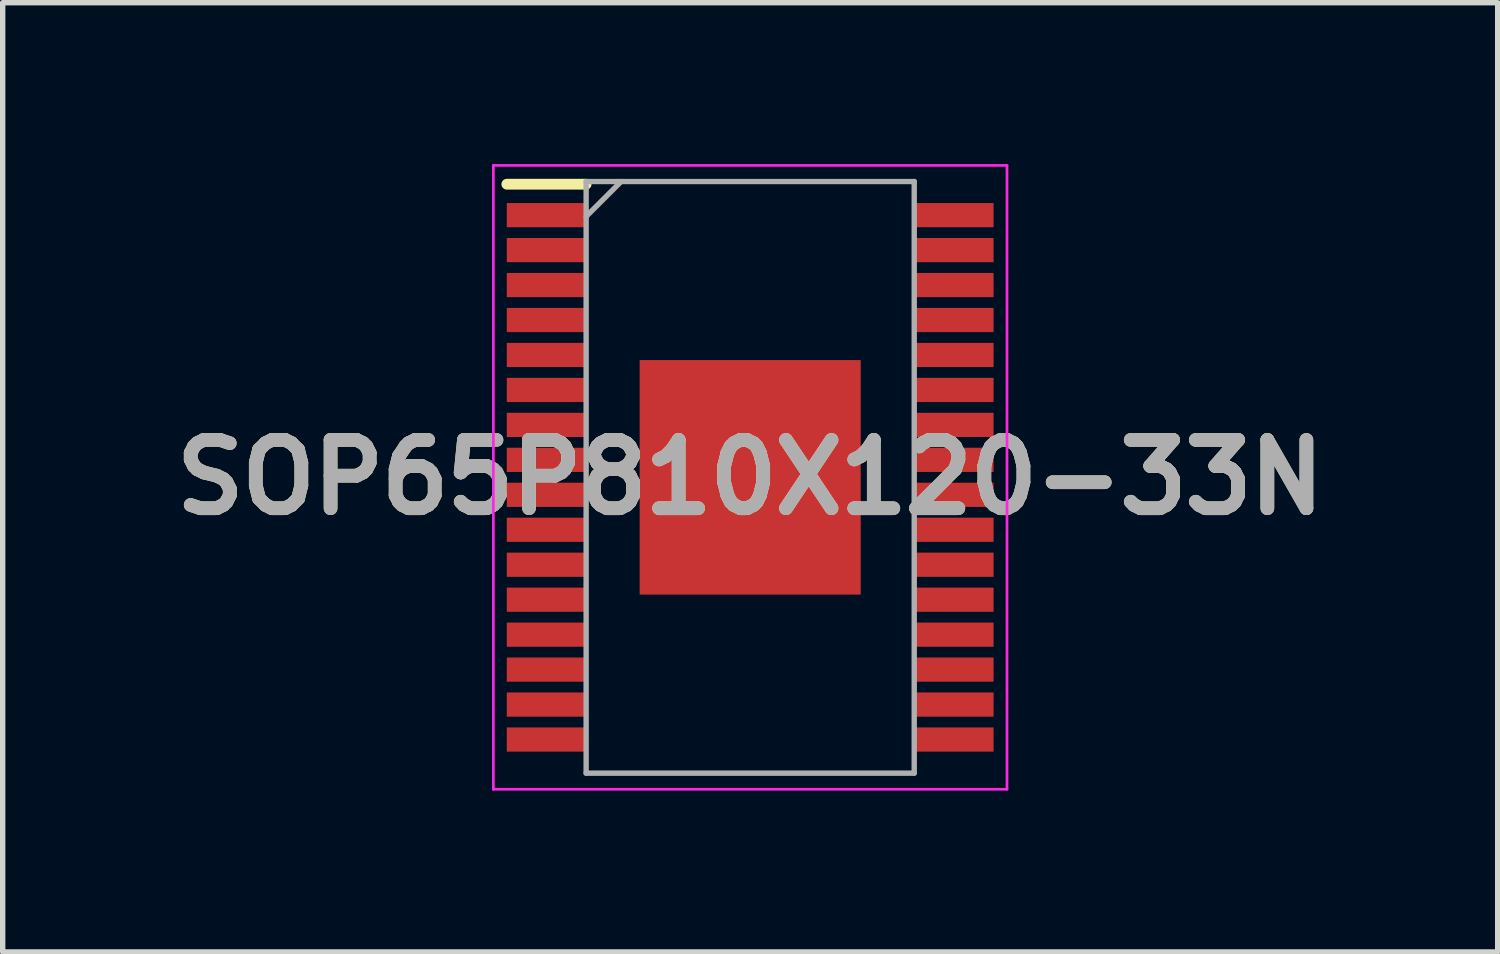
<source format=kicad_pcb>
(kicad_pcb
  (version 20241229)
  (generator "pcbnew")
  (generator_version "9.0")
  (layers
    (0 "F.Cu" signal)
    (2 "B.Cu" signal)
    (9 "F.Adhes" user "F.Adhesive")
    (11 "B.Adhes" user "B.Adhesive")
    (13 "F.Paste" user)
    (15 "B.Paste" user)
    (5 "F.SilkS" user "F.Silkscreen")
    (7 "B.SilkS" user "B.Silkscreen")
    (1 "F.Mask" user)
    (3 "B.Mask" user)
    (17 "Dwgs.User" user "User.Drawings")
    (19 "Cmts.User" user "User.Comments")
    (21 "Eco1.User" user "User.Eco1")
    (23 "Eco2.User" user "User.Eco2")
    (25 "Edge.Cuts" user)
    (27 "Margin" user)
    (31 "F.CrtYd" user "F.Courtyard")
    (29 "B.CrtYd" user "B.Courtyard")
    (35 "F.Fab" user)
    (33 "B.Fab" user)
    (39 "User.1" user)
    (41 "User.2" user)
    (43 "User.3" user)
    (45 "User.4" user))
  (footprint "SOP65P810X120-33N"
    (layer "F.Cu")
    (at 10.898 5.825)
    (property "Reference" "SOP65P810X120-33N" (at 0 0 0) (layer "F.SilkS") (effects (font (size 1.27 1.27) (thickness 0.254))))
    (attr smd)
    (fp_line (start -4.525 -5.45) (end -3.05 -5.45) (stroke (width 0.2) (type solid)) (layer "F.SilkS"))
    (fp_line (start -4.775 -5.8) (end 4.775 -5.8) (stroke (width 0.05) (type solid)) (layer "F.CrtYd"))
    (fp_line (start -4.775 5.8) (end -4.775 -5.8) (stroke (width 0.05) (type solid)) (layer "F.CrtYd"))
    (fp_line (start 4.775 -5.8) (end 4.775 5.8) (stroke (width 0.05) (type solid)) (layer "F.CrtYd"))
    (fp_line (start 4.775 5.8) (end -4.775 5.8) (stroke (width 0.05) (type solid)) (layer "F.CrtYd"))
    (fp_line (start -3.05 -5.5) (end 3.05 -5.5) (stroke (width 0.1) (type solid)) (layer "F.Fab"))
    (fp_line (start -3.05 -4.85) (end -2.4 -5.5) (stroke (width 0.1) (type solid)) (layer "F.Fab"))
    (fp_line (start -3.05 5.5) (end -3.05 -5.5) (stroke (width 0.1) (type solid)) (layer "F.Fab"))
    (fp_line (start 3.05 -5.5) (end 3.05 5.5) (stroke (width 0.1) (type solid)) (layer "F.Fab"))
    (fp_line (start 3.05 5.5) (end -3.05 5.5) (stroke (width 0.1) (type solid)) (layer "F.Fab"))
    (fp_text user "${REFERENCE}" (at 0 0 0) (layer "F.Fab") (effects (font (size 1.27 1.27) (thickness 0.254))))
    (pad "1" smd rect (at -3.788 -4.875 90) (size 0.45 1.475) (layers "F.Cu" "F.Mask" "F.Paste"))
    (pad "2" smd rect (at -3.788 -4.225 90) (size 0.45 1.475) (layers "F.Cu" "F.Mask" "F.Paste"))
    (pad "3" smd rect (at -3.788 -3.575 90) (size 0.45 1.475) (layers "F.Cu" "F.Mask" "F.Paste"))
    (pad "4" smd rect (at -3.788 -2.925 90) (size 0.45 1.475) (layers "F.Cu" "F.Mask" "F.Paste"))
    (pad "5" smd rect (at -3.788 -2.275 90) (size 0.45 1.475) (layers "F.Cu" "F.Mask" "F.Paste"))
    (pad "6" smd rect (at -3.788 -1.625 90) (size 0.45 1.475) (layers "F.Cu" "F.Mask" "F.Paste"))
    (pad "7" smd rect (at -3.788 -0.975 90) (size 0.45 1.475) (layers "F.Cu" "F.Mask" "F.Paste"))
    (pad "8" smd rect (at -3.788 -0.325 90) (size 0.45 1.475) (layers "F.Cu" "F.Mask" "F.Paste"))
    (pad "9" smd rect (at -3.788 0.325 90) (size 0.45 1.475) (layers "F.Cu" "F.Mask" "F.Paste"))
    (pad "10" smd rect (at -3.788 0.975 90) (size 0.45 1.475) (layers "F.Cu" "F.Mask" "F.Paste"))
    (pad "11" smd rect (at -3.788 1.625 90) (size 0.45 1.475) (layers "F.Cu" "F.Mask" "F.Paste"))
    (pad "12" smd rect (at -3.788 2.275 90) (size 0.45 1.475) (layers "F.Cu" "F.Mask" "F.Paste"))
    (pad "13" smd rect (at -3.788 2.925 90) (size 0.45 1.475) (layers "F.Cu" "F.Mask" "F.Paste"))
    (pad "14" smd rect (at -3.788 3.575 90) (size 0.45 1.475) (layers "F.Cu" "F.Mask" "F.Paste"))
    (pad "15" smd rect (at -3.788 4.225 90) (size 0.45 1.475) (layers "F.Cu" "F.Mask" "F.Paste"))
    (pad "16" smd rect (at -3.788 4.875 90) (size 0.45 1.475) (layers "F.Cu" "F.Mask" "F.Paste"))
    (pad "17" smd rect (at 3.788 4.875 90) (size 0.45 1.475) (layers "F.Cu" "F.Mask" "F.Paste"))
    (pad "18" smd rect (at 3.788 4.225 90) (size 0.45 1.475) (layers "F.Cu" "F.Mask" "F.Paste"))
    (pad "19" smd rect (at 3.788 3.575 90) (size 0.45 1.475) (layers "F.Cu" "F.Mask" "F.Paste"))
    (pad "20" smd rect (at 3.788 2.925 90) (size 0.45 1.475) (layers "F.Cu" "F.Mask" "F.Paste"))
    (pad "21" smd rect (at 3.788 2.275 90) (size 0.45 1.475) (layers "F.Cu" "F.Mask" "F.Paste"))
    (pad "22" smd rect (at 3.788 1.625 90) (size 0.45 1.475) (layers "F.Cu" "F.Mask" "F.Paste"))
    (pad "23" smd rect (at 3.788 0.975 90) (size 0.45 1.475) (layers "F.Cu" "F.Mask" "F.Paste"))
    (pad "24" smd rect (at 3.788 0.325 90) (size 0.45 1.475) (layers "F.Cu" "F.Mask" "F.Paste"))
    (pad "25" smd rect (at 3.788 -0.325 90) (size 0.45 1.475) (layers "F.Cu" "F.Mask" "F.Paste"))
    (pad "26" smd rect (at 3.788 -0.975 90) (size 0.45 1.475) (layers "F.Cu" "F.Mask" "F.Paste"))
    (pad "27" smd rect (at 3.788 -1.625 90) (size 0.45 1.475) (layers "F.Cu" "F.Mask" "F.Paste"))
    (pad "28" smd rect (at 3.788 -2.275 90) (size 0.45 1.475) (layers "F.Cu" "F.Mask" "F.Paste"))
    (pad "29" smd rect (at 3.788 -2.925 90) (size 0.45 1.475) (layers "F.Cu" "F.Mask" "F.Paste"))
    (pad "30" smd rect (at 3.788 -3.575 90) (size 0.45 1.475) (layers "F.Cu" "F.Mask" "F.Paste"))
    (pad "31" smd rect (at 3.788 -4.225 90) (size 0.45 1.475) (layers "F.Cu" "F.Mask" "F.Paste"))
    (pad "32" smd rect (at 3.788 -4.875 90) (size 0.45 1.475) (layers "F.Cu" "F.Mask" "F.Paste"))
    (pad "33" smd rect (at 0 0) (size 4.11 4.36) (layers "F.Cu" "F.Mask" "F.Paste")))
  (gr_rect
    (start -3 -3)
    (end 24.796 14.65)
    (stroke (width 0.1) (type default))
    (fill no)
    (layer "Edge.Cuts")))
</source>
